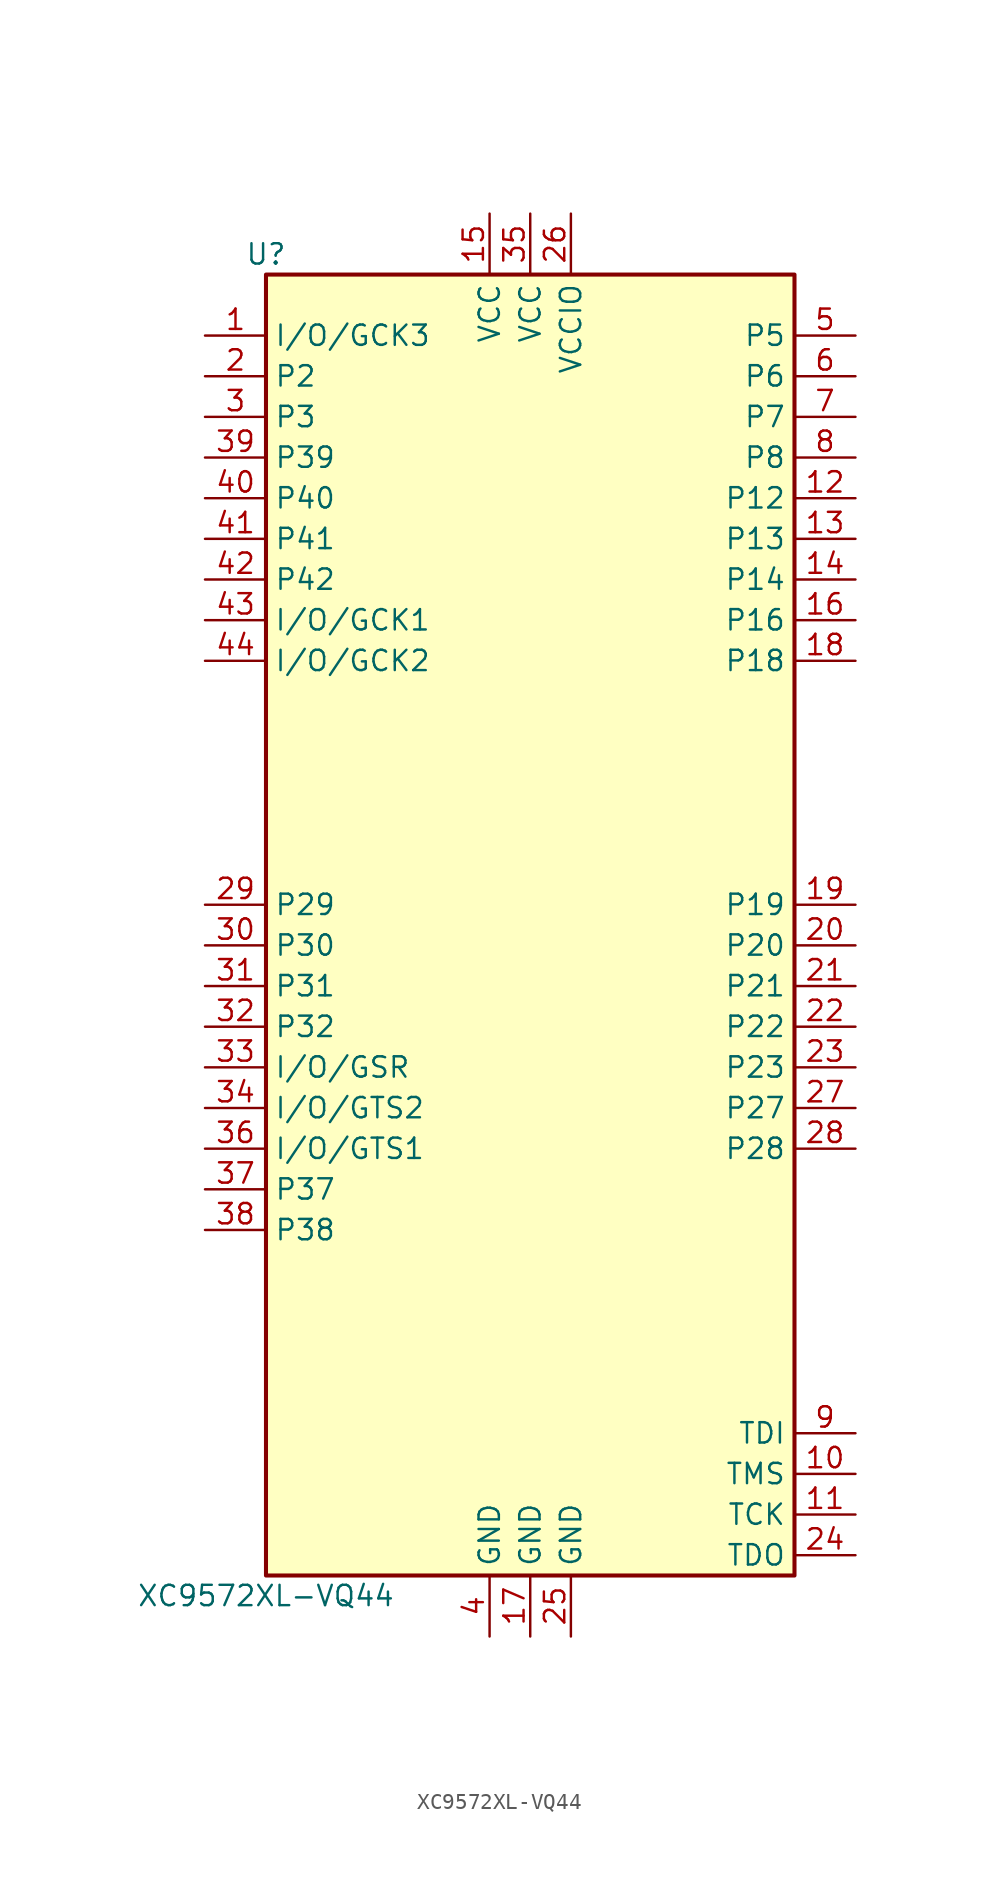
<source format=kicad_sym>
(kicad_symbol_lib
  (version 20241209)
  (generator "kicad_symbol_editor")
  (generator_version "9.0")
  (symbol "XC9572XL-VQ44"
    (property "Reference" "U"
      (at -16.51 40.64 0)
      (effects (font (size 1.27 1.27))))
    (property "Value" "XC9572XL-VQ44"
      (at -16.51 -43.18 0)
      (effects (font (size 1.27 1.27))))
    (symbol "XC9572XL-VQ44_1_1"
      (rectangle (start -16.51 39.37) (end 16.51 -41.91) (stroke (width 0.254) (type default)) (fill (type background)))
      (pin bidirectional line (at -20.32 35.56 0) (length 3.81) (name "I/O/GCK3" (effects (font (size 1.27 1.27)))) (number "1" (effects (font (size 1.27 1.27)))))
      (pin bidirectional line (at -20.32 33.02 0) (length 3.81) (name "P2" (effects (font (size 1.27 1.27)))) (number "2" (effects (font (size 1.27 1.27)))))
      (pin bidirectional line (at -20.32 30.48 0) (length 3.81) (name "P3" (effects (font (size 1.27 1.27)))) (number "3" (effects (font (size 1.27 1.27)))))
      (pin bidirectional line (at -20.32 27.94 0) (length 3.81) (name "P39" (effects (font (size 1.27 1.27)))) (number "39" (effects (font (size 1.27 1.27)))))
      (pin bidirectional line (at -20.32 25.4 0) (length 3.81) (name "P40" (effects (font (size 1.27 1.27)))) (number "40" (effects (font (size 1.27 1.27)))))
      (pin bidirectional line (at -20.32 22.86 0) (length 3.81) (name "P41" (effects (font (size 1.27 1.27)))) (number "41" (effects (font (size 1.27 1.27)))))
      (pin bidirectional line (at -20.32 20.32 0) (length 3.81) (name "P42" (effects (font (size 1.27 1.27)))) (number "42" (effects (font (size 1.27 1.27)))))
      (pin bidirectional line (at -20.32 17.78 0) (length 3.81) (name "I/O/GCK1" (effects (font (size 1.27 1.27)))) (number "43" (effects (font (size 1.27 1.27)))))
      (pin bidirectional line (at -20.32 15.24 0) (length 3.81) (name "I/O/GCK2" (effects (font (size 1.27 1.27)))) (number "44" (effects (font (size 1.27 1.27)))))
      (pin bidirectional line (at -20.32 0 0) (length 3.81) (name "P29" (effects (font (size 1.27 1.27)))) (number "29" (effects (font (size 1.27 1.27)))))
      (pin bidirectional line (at -20.32 -2.54 0) (length 3.81) (name "P30" (effects (font (size 1.27 1.27)))) (number "30" (effects (font (size 1.27 1.27)))))
      (pin bidirectional line (at -20.32 -5.08 0) (length 3.81) (name "P31" (effects (font (size 1.27 1.27)))) (number "31" (effects (font (size 1.27 1.27)))))
      (pin bidirectional line (at -20.32 -7.62 0) (length 3.81) (name "P32" (effects (font (size 1.27 1.27)))) (number "32" (effects (font (size 1.27 1.27)))))
      (pin bidirectional line (at -20.32 -10.16 0) (length 3.81) (name "I/O/GSR" (effects (font (size 1.27 1.27)))) (number "33" (effects (font (size 1.27 1.27)))))
      (pin bidirectional line (at -20.32 -12.7 0) (length 3.81) (name "I/O/GTS2" (effects (font (size 1.27 1.27)))) (number "34" (effects (font (size 1.27 1.27)))))
      (pin bidirectional line (at -20.32 -15.24 0) (length 3.81) (name "I/O/GTS1" (effects (font (size 1.27 1.27)))) (number "36" (effects (font (size 1.27 1.27)))))
      (pin bidirectional line (at -20.32 -17.78 0) (length 3.81) (name "P37" (effects (font (size 1.27 1.27)))) (number "37" (effects (font (size 1.27 1.27)))))
      (pin bidirectional line (at -20.32 -20.32 0) (length 3.81) (name "P38" (effects (font (size 1.27 1.27)))) (number "38" (effects (font (size 1.27 1.27)))))
      (pin power_in line (at -2.54 43.18 270) (length 3.81) (name "VCC" (effects (font (size 1.27 1.27)))) (number "15" (effects (font (size 1.27 1.27)))))
      (pin power_in line (at -2.54 -45.72 90) (length 3.81) (name "GND" (effects (font (size 1.27 1.27)))) (number "4" (effects (font (size 1.27 1.27)))))
      (pin power_in line (at 0 43.18 270) (length 3.81) (name "VCC" (effects (font (size 1.27 1.27)))) (number "35" (effects (font (size 1.27 1.27)))))
      (pin power_in line (at 0 -45.72 90) (length 3.81) (name "GND" (effects (font (size 1.27 1.27)))) (number "17" (effects (font (size 1.27 1.27)))))
      (pin power_in line (at 2.54 43.18 270) (length 3.81) (name "VCCIO" (effects (font (size 1.27 1.27)))) (number "26" (effects (font (size 1.27 1.27)))))
      (pin power_in line (at 2.54 -45.72 90) (length 3.81) (name "GND" (effects (font (size 1.27 1.27)))) (number "25" (effects (font (size 1.27 1.27)))))
      (pin bidirectional line (at 20.32 35.56 180) (length 3.81) (name "P5" (effects (font (size 1.27 1.27)))) (number "5" (effects (font (size 1.27 1.27)))))
      (pin bidirectional line (at 20.32 33.02 180) (length 3.81) (name "P6" (effects (font (size 1.27 1.27)))) (number "6" (effects (font (size 1.27 1.27)))))
      (pin bidirectional line (at 20.32 30.48 180) (length 3.81) (name "P7" (effects (font (size 1.27 1.27)))) (number "7" (effects (font (size 1.27 1.27)))))
      (pin bidirectional line (at 20.32 27.94 180) (length 3.81) (name "P8" (effects (font (size 1.27 1.27)))) (number "8" (effects (font (size 1.27 1.27)))))
      (pin bidirectional line (at 20.32 25.4 180) (length 3.81) (name "P12" (effects (font (size 1.27 1.27)))) (number "12" (effects (font (size 1.27 1.27)))))
      (pin bidirectional line (at 20.32 22.86 180) (length 3.81) (name "P13" (effects (font (size 1.27 1.27)))) (number "13" (effects (font (size 1.27 1.27)))))
      (pin bidirectional line (at 20.32 20.32 180) (length 3.81) (name "P14" (effects (font (size 1.27 1.27)))) (number "14" (effects (font (size 1.27 1.27)))))
      (pin bidirectional line (at 20.32 17.78 180) (length 3.81) (name "P16" (effects (font (size 1.27 1.27)))) (number "16" (effects (font (size 1.27 1.27)))))
      (pin bidirectional line (at 20.32 15.24 180) (length 3.81) (name "P18" (effects (font (size 1.27 1.27)))) (number "18" (effects (font (size 1.27 1.27)))))
      (pin bidirectional line (at 20.32 0 180) (length 3.81) (name "P19" (effects (font (size 1.27 1.27)))) (number "19" (effects (font (size 1.27 1.27)))))
      (pin bidirectional line (at 20.32 -2.54 180) (length 3.81) (name "P20" (effects (font (size 1.27 1.27)))) (number "20" (effects (font (size 1.27 1.27)))))
      (pin bidirectional line (at 20.32 -5.08 180) (length 3.81) (name "P21" (effects (font (size 1.27 1.27)))) (number "21" (effects (font (size 1.27 1.27)))))
      (pin bidirectional line (at 20.32 -7.62 180) (length 3.81) (name "P22" (effects (font (size 1.27 1.27)))) (number "22" (effects (font (size 1.27 1.27)))))
      (pin bidirectional line (at 20.32 -10.16 180) (length 3.81) (name "P23" (effects (font (size 1.27 1.27)))) (number "23" (effects (font (size 1.27 1.27)))))
      (pin bidirectional line (at 20.32 -12.7 180) (length 3.81) (name "P27" (effects (font (size 1.27 1.27)))) (number "27" (effects (font (size 1.27 1.27)))))
      (pin bidirectional line (at 20.32 -15.24 180) (length 3.81) (name "P28" (effects (font (size 1.27 1.27)))) (number "28" (effects (font (size 1.27 1.27)))))
      (pin input line (at 20.32 -33.02 180) (length 3.81) (name "TDI" (effects (font (size 1.27 1.27)))) (number "9" (effects (font (size 1.27 1.27)))))
      (pin input line (at 20.32 -35.56 180) (length 3.81) (name "TMS" (effects (font (size 1.27 1.27)))) (number "10" (effects (font (size 1.27 1.27)))))
      (pin input line (at 20.32 -38.1 180) (length 3.81) (name "TCK" (effects (font (size 1.27 1.27)))) (number "11" (effects (font (size 1.27 1.27)))))
      (pin output line (at 20.32 -40.64 180) (length 3.81) (name "TDO" (effects (font (size 1.27 1.27)))) (number "24" (effects (font (size 1.27 1.27))))))))
</source>
